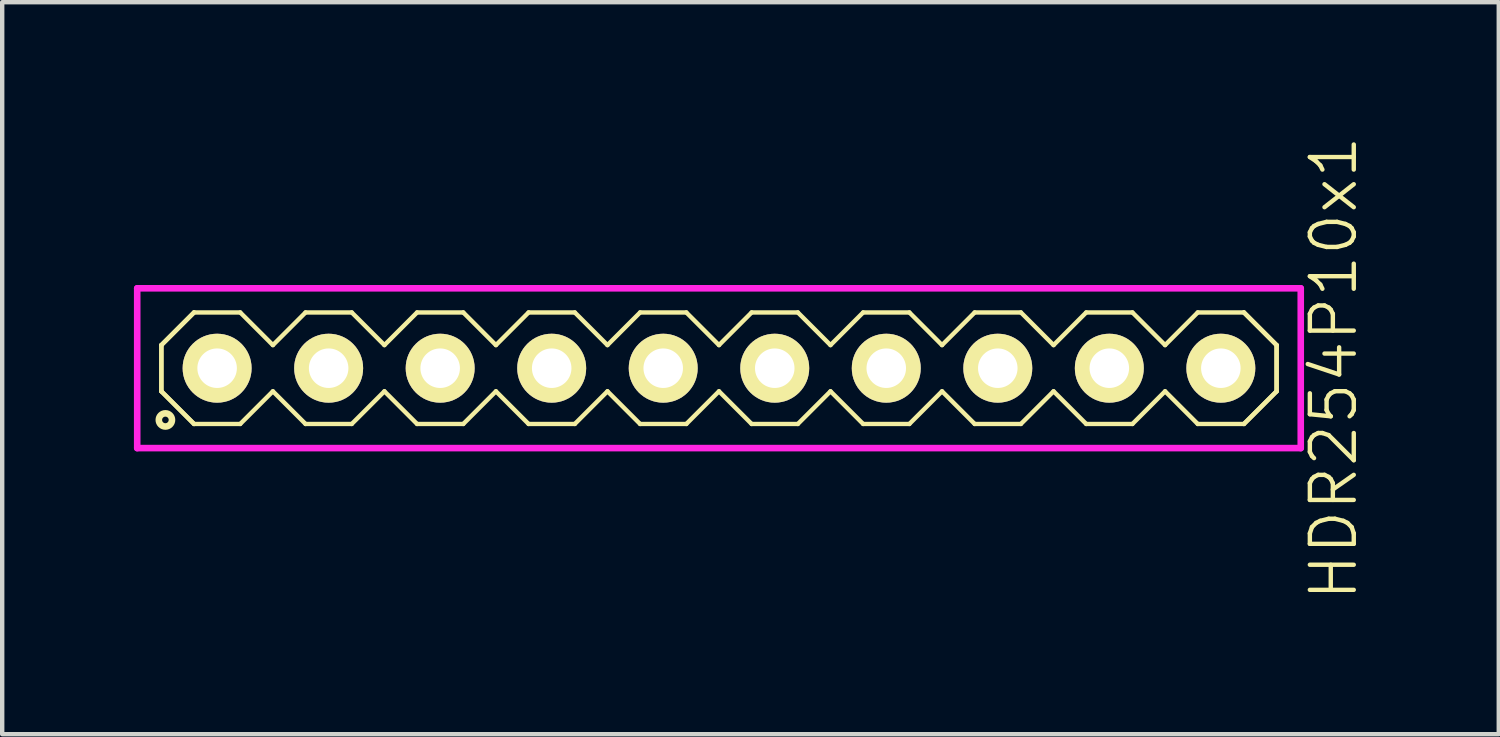
<source format=kicad_pcb>
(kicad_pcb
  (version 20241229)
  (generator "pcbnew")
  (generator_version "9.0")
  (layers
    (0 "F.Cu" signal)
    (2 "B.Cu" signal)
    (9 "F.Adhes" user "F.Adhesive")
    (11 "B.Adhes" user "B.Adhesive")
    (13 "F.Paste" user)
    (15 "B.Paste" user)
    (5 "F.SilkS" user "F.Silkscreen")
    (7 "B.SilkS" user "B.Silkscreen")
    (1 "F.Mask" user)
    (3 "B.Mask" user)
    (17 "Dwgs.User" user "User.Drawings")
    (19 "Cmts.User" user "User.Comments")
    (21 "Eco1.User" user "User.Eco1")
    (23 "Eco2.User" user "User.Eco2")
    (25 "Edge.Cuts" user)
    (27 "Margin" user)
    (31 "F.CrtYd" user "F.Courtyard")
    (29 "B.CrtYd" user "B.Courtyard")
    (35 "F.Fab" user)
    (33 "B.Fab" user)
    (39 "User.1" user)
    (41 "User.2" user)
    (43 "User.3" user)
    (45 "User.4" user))
  (footprint "HDR254P10x1"
    (layer "F.Cu")
    (at 13.325 5.336)
    (property "Reference" "HDR254P10x1" (at 14 0 90) (layer "F.SilkS") (effects (font (size 1 1) (thickness 0.1))))
    (attr through_hole)
    (fp_line (start -12.7 -0.526) (end -11.956 -1.27) (stroke (width 0.1) (type solid)) (layer "F.SilkS"))
    (fp_line (start -12.7 -0.526) (end -11.956 -1.27) (stroke (width 0.1) (type solid)) (layer "F.SilkS"))
    (fp_line (start -12.7 0.526) (end -12.7 -0.526) (stroke (width 0.1) (type solid)) (layer "F.SilkS"))
    (fp_line (start -12.7 0.526) (end -12.7 -0.526) (stroke (width 0.1) (type solid)) (layer "F.SilkS"))
    (fp_line (start -11.956 -1.27) (end -10.904 -1.27) (stroke (width 0.1) (type solid)) (layer "F.SilkS"))
    (fp_line (start -11.956 1.27) (end -12.7 0.526) (stroke (width 0.1) (type solid)) (layer "F.SilkS"))
    (fp_line (start -11.956 1.27) (end -12.7 0.526) (stroke (width 0.1) (type solid)) (layer "F.SilkS"))
    (fp_line (start -10.904 -1.27) (end -10.16 -0.526) (stroke (width 0.1) (type solid)) (layer "F.SilkS"))
    (fp_line (start -10.904 1.27) (end -11.956 1.27) (stroke (width 0.1) (type solid)) (layer "F.SilkS"))
    (fp_line (start -10.16 -0.526) (end -9.416 -1.27) (stroke (width 0.1) (type solid)) (layer "F.SilkS"))
    (fp_line (start -10.16 0.526) (end -10.904 1.27) (stroke (width 0.1) (type solid)) (layer "F.SilkS"))
    (fp_line (start -9.416 -1.27) (end -8.364 -1.27) (stroke (width 0.1) (type solid)) (layer "F.SilkS"))
    (fp_line (start -9.416 1.27) (end -10.16 0.526) (stroke (width 0.1) (type solid)) (layer "F.SilkS"))
    (fp_line (start -8.364 -1.27) (end -7.62 -0.526) (stroke (width 0.1) (type solid)) (layer "F.SilkS"))
    (fp_line (start -8.364 1.27) (end -9.416 1.27) (stroke (width 0.1) (type solid)) (layer "F.SilkS"))
    (fp_line (start -7.62 -0.526) (end -6.876 -1.27) (stroke (width 0.1) (type solid)) (layer "F.SilkS"))
    (fp_line (start -7.62 0.526) (end -8.364 1.27) (stroke (width 0.1) (type solid)) (layer "F.SilkS"))
    (fp_line (start -6.876 -1.27) (end -5.824 -1.27) (stroke (width 0.1) (type solid)) (layer "F.SilkS"))
    (fp_line (start -6.876 1.27) (end -7.62 0.526) (stroke (width 0.1) (type solid)) (layer "F.SilkS"))
    (fp_line (start -5.824 -1.27) (end -5.08 -0.526) (stroke (width 0.1) (type solid)) (layer "F.SilkS"))
    (fp_line (start -5.824 1.27) (end -6.876 1.27) (stroke (width 0.1) (type solid)) (layer "F.SilkS"))
    (fp_line (start -5.08 -0.526) (end -4.336 -1.27) (stroke (width 0.1) (type solid)) (layer "F.SilkS"))
    (fp_line (start -5.08 0.526) (end -5.824 1.27) (stroke (width 0.1) (type solid)) (layer "F.SilkS"))
    (fp_line (start -4.336 -1.27) (end -3.284 -1.27) (stroke (width 0.1) (type solid)) (layer "F.SilkS"))
    (fp_line (start -4.336 1.27) (end -5.08 0.526) (stroke (width 0.1) (type solid)) (layer "F.SilkS"))
    (fp_line (start -3.284 -1.27) (end -2.54 -0.526) (stroke (width 0.1) (type solid)) (layer "F.SilkS"))
    (fp_line (start -3.284 1.27) (end -4.336 1.27) (stroke (width 0.1) (type solid)) (layer "F.SilkS"))
    (fp_line (start -2.54 -0.526) (end -1.796 -1.27) (stroke (width 0.1) (type solid)) (layer "F.SilkS"))
    (fp_line (start -2.54 0.526) (end -3.284 1.27) (stroke (width 0.1) (type solid)) (layer "F.SilkS"))
    (fp_line (start -1.796 -1.27) (end -0.744 -1.27) (stroke (width 0.1) (type solid)) (layer "F.SilkS"))
    (fp_line (start -1.796 1.27) (end -2.54 0.526) (stroke (width 0.1) (type solid)) (layer "F.SilkS"))
    (fp_line (start -0.744 -1.27) (end 0 -0.526) (stroke (width 0.1) (type solid)) (layer "F.SilkS"))
    (fp_line (start -0.744 1.27) (end -1.796 1.27) (stroke (width 0.1) (type solid)) (layer "F.SilkS"))
    (fp_line (start 0 -0.526) (end 0.744 -1.27) (stroke (width 0.1) (type solid)) (layer "F.SilkS"))
    (fp_line (start 0 0.526) (end -0.744 1.27) (stroke (width 0.1) (type solid)) (layer "F.SilkS"))
    (fp_line (start 0.744 -1.27) (end 1.796 -1.27) (stroke (width 0.1) (type solid)) (layer "F.SilkS"))
    (fp_line (start 0.744 1.27) (end 0 0.526) (stroke (width 0.1) (type solid)) (layer "F.SilkS"))
    (fp_line (start 1.796 -1.27) (end 2.54 -0.526) (stroke (width 0.1) (type solid)) (layer "F.SilkS"))
    (fp_line (start 1.796 1.27) (end 0.744 1.27) (stroke (width 0.1) (type solid)) (layer "F.SilkS"))
    (fp_line (start 2.54 -0.526) (end 3.284 -1.27) (stroke (width 0.1) (type solid)) (layer "F.SilkS"))
    (fp_line (start 2.54 0.526) (end 1.796 1.27) (stroke (width 0.1) (type solid)) (layer "F.SilkS"))
    (fp_line (start 3.284 -1.27) (end 4.336 -1.27) (stroke (width 0.1) (type solid)) (layer "F.SilkS"))
    (fp_line (start 3.284 1.27) (end 2.54 0.526) (stroke (width 0.1) (type solid)) (layer "F.SilkS"))
    (fp_line (start 4.336 -1.27) (end 5.08 -0.526) (stroke (width 0.1) (type solid)) (layer "F.SilkS"))
    (fp_line (start 4.336 1.27) (end 3.284 1.27) (stroke (width 0.1) (type solid)) (layer "F.SilkS"))
    (fp_line (start 5.08 -0.526) (end 5.824 -1.27) (stroke (width 0.1) (type solid)) (layer "F.SilkS"))
    (fp_line (start 5.08 0.526) (end 4.336 1.27) (stroke (width 0.1) (type solid)) (layer "F.SilkS"))
    (fp_line (start 5.824 -1.27) (end 6.876 -1.27) (stroke (width 0.1) (type solid)) (layer "F.SilkS"))
    (fp_line (start 5.824 1.27) (end 5.08 0.526) (stroke (width 0.1) (type solid)) (layer "F.SilkS"))
    (fp_line (start 6.876 -1.27) (end 7.62 -0.526) (stroke (width 0.1) (type solid)) (layer "F.SilkS"))
    (fp_line (start 6.876 1.27) (end 5.824 1.27) (stroke (width 0.1) (type solid)) (layer "F.SilkS"))
    (fp_line (start 7.62 -0.526) (end 8.364 -1.27) (stroke (width 0.1) (type solid)) (layer "F.SilkS"))
    (fp_line (start 7.62 0.526) (end 6.876 1.27) (stroke (width 0.1) (type solid)) (layer "F.SilkS"))
    (fp_line (start 8.364 -1.27) (end 9.416 -1.27) (stroke (width 0.1) (type solid)) (layer "F.SilkS"))
    (fp_line (start 8.364 1.27) (end 7.62 0.526) (stroke (width 0.1) (type solid)) (layer "F.SilkS"))
    (fp_line (start 9.416 -1.27) (end 10.16 -0.526) (stroke (width 0.1) (type solid)) (layer "F.SilkS"))
    (fp_line (start 9.416 1.27) (end 8.364 1.27) (stroke (width 0.1) (type solid)) (layer "F.SilkS"))
    (fp_line (start 10.16 -0.526) (end 10.904 -1.27) (stroke (width 0.1) (type solid)) (layer "F.SilkS"))
    (fp_line (start 10.16 0.526) (end 9.416 1.27) (stroke (width 0.1) (type solid)) (layer "F.SilkS"))
    (fp_line (start 10.904 -1.27) (end 11.956 -1.27) (stroke (width 0.1) (type solid)) (layer "F.SilkS"))
    (fp_line (start 10.904 1.27) (end 10.16 0.526) (stroke (width 0.1) (type solid)) (layer "F.SilkS"))
    (fp_line (start 11.956 -1.27) (end 12.7 -0.526) (stroke (width 0.1) (type solid)) (layer "F.SilkS"))
    (fp_line (start 11.956 -1.27) (end 12.7 -0.526) (stroke (width 0.1) (type solid)) (layer "F.SilkS"))
    (fp_line (start 11.956 1.27) (end 10.904 1.27) (stroke (width 0.1) (type solid)) (layer "F.SilkS"))
    (fp_line (start 12.7 -0.526) (end 12.7 0.526) (stroke (width 0.1) (type solid)) (layer "F.SilkS"))
    (fp_line (start 12.7 -0.526) (end 12.7 0.526) (stroke (width 0.1) (type solid)) (layer "F.SilkS"))
    (fp_line (start 12.7 0.526) (end 11.956 1.27) (stroke (width 0.1) (type solid)) (layer "F.SilkS"))
    (fp_line (start 12.7 0.526) (end 11.956 1.27) (stroke (width 0.1) (type solid)) (layer "F.SilkS"))
    (fp_circle (center -12.608 1.178) (end -12.458 1.178) (stroke (width 0.15) (type solid)) (fill no) (layer "F.SilkS"))
    (fp_line (start -13.25 -1.82) (end -13.25 1.82) (stroke (width 0.15) (type solid)) (layer "F.CrtYd"))
    (fp_line (start -13.25 1.82) (end 13.25 1.82) (stroke (width 0.15) (type solid)) (layer "F.CrtYd"))
    (fp_line (start 13.25 -1.82) (end -13.25 -1.82) (stroke (width 0.15) (type solid)) (layer "F.CrtYd"))
    (fp_line (start 13.25 1.82) (end 13.25 -1.82) (stroke (width 0.15) (type solid)) (layer "F.CrtYd"))
    (pad "1" thru_hole oval (at -11.43 0) (size 1.57 1.57) (drill 0.9) (layers "*.Cu" "*.Mask" "F.SilkS"))
    (pad "2" thru_hole oval (at -8.89 0) (size 1.57 1.57) (drill 0.9) (layers "*.Cu" "*.Mask" "F.SilkS"))
    (pad "3" thru_hole oval (at -6.35 0) (size 1.57 1.57) (drill 0.9) (layers "*.Cu" "*.Mask" "F.SilkS"))
    (pad "4" thru_hole oval (at -3.81 0) (size 1.57 1.57) (drill 0.9) (layers "*.Cu" "*.Mask" "F.SilkS"))
    (pad "5" thru_hole oval (at -1.27 0) (size 1.57 1.57) (drill 0.9) (layers "*.Cu" "*.Mask" "F.SilkS"))
    (pad "6" thru_hole oval (at 1.27 0) (size 1.57 1.57) (drill 0.9) (layers "*.Cu" "*.Mask" "F.SilkS"))
    (pad "7" thru_hole oval (at 3.81 0) (size 1.57 1.57) (drill 0.9) (layers "*.Cu" "*.Mask" "F.SilkS"))
    (pad "8" thru_hole oval (at 6.35 0) (size 1.57 1.57) (drill 0.9) (layers "*.Cu" "*.Mask" "F.SilkS"))
    (pad "9" thru_hole oval (at 8.89 0) (size 1.57 1.57) (drill 0.9) (layers "*.Cu" "*.Mask" "F.SilkS"))
    (pad "10" thru_hole oval (at 11.43 0) (size 1.57 1.57) (drill 0.9) (layers "*.Cu" "*.Mask" "F.SilkS")))
  (gr_rect
    (start -3 -3)
    (end 31.085 13.671)
    (stroke (width 0.1) (type default))
    (fill no)
    (layer "Edge.Cuts")))
</source>
